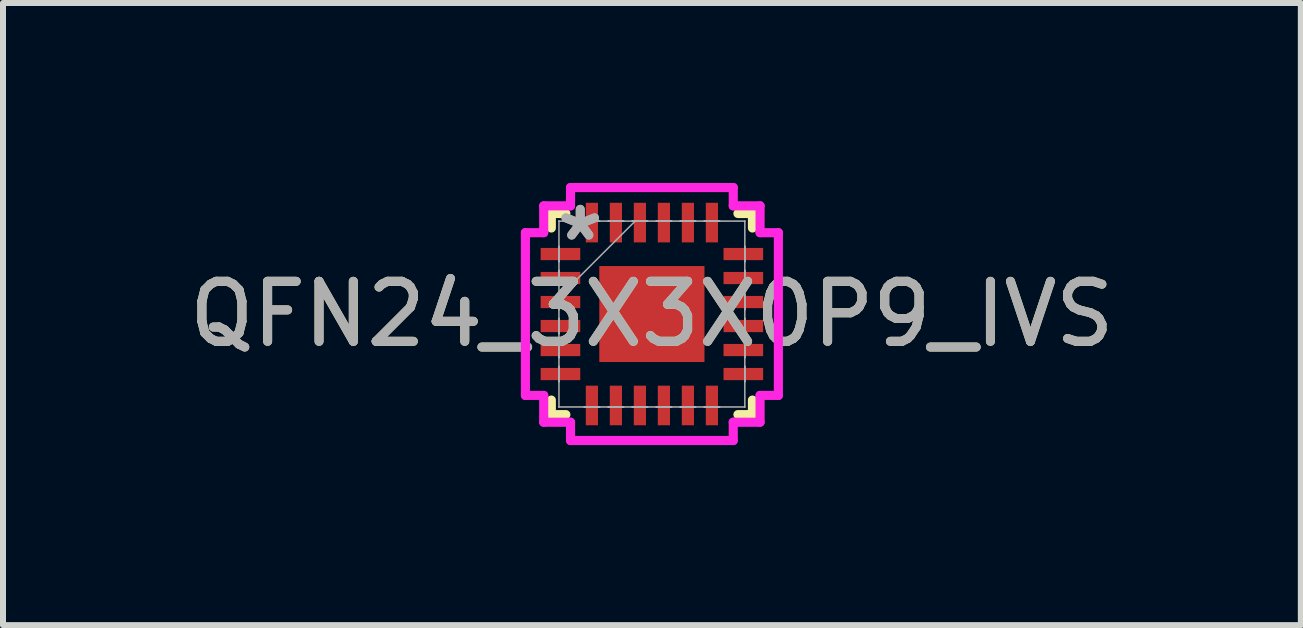
<source format=kicad_pcb>
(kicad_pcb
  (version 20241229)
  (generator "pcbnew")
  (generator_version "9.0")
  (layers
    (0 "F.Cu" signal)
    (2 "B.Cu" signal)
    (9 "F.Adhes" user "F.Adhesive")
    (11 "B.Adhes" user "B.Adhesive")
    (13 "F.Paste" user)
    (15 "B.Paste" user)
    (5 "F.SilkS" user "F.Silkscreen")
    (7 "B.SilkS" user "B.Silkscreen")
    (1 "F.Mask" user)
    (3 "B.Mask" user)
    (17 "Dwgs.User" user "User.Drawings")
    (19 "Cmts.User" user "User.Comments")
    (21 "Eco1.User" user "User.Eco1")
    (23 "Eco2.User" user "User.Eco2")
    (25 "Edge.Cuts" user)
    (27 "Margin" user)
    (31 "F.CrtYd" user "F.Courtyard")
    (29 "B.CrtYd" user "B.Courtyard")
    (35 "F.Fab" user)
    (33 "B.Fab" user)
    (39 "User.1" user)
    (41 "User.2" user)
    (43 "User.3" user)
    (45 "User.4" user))
  (footprint "QFN24_3X3X0P9_IVS"
    (layer "F.Cu")
    (at 7.815 2.184)
    (property "Reference" "QFN24_3X3X0P9_IVS" (at 0 0 0) (unlocked yes) (layer "F.SilkS") (effects (font (size 1 1) (thickness 0.15))))
    (attr smd)
    (fp_line (start -1.676 -1.676) (end -1.676 -1.434) (stroke (width 0.152) (type solid)) (layer "F.SilkS"))
    (fp_line (start -1.676 1.434) (end -1.676 1.676) (stroke (width 0.152) (type solid)) (layer "F.SilkS"))
    (fp_line (start -1.676 1.676) (end -1.434 1.676) (stroke (width 0.152) (type solid)) (layer "F.SilkS"))
    (fp_line (start -1.434 -1.676) (end -1.676 -1.676) (stroke (width 0.152) (type solid)) (layer "F.SilkS"))
    (fp_line (start 1.434 1.676) (end 1.676 1.676) (stroke (width 0.152) (type solid)) (layer "F.SilkS"))
    (fp_line (start 1.676 -1.676) (end 1.434 -1.676) (stroke (width 0.152) (type solid)) (layer "F.SilkS"))
    (fp_line (start 1.676 -1.434) (end 1.676 -1.676) (stroke (width 0.152) (type solid)) (layer "F.SilkS"))
    (fp_line (start 1.676 1.676) (end 1.676 1.434) (stroke (width 0.152) (type solid)) (layer "F.SilkS"))
    (fp_line (start -2.108 -1.356) (end -1.803 -1.356) (stroke (width 0.152) (type solid)) (layer "F.CrtYd"))
    (fp_line (start -2.108 1.356) (end -2.108 -1.356) (stroke (width 0.152) (type solid)) (layer "F.CrtYd"))
    (fp_line (start -1.803 -1.803) (end -1.356 -1.803) (stroke (width 0.152) (type solid)) (layer "F.CrtYd"))
    (fp_line (start -1.803 -1.356) (end -1.803 -1.803) (stroke (width 0.152) (type solid)) (layer "F.CrtYd"))
    (fp_line (start -1.803 1.356) (end -2.108 1.356) (stroke (width 0.152) (type solid)) (layer "F.CrtYd"))
    (fp_line (start -1.803 1.803) (end -1.803 1.356) (stroke (width 0.152) (type solid)) (layer "F.CrtYd"))
    (fp_line (start -1.356 -2.108) (end 1.356 -2.108) (stroke (width 0.152) (type solid)) (layer "F.CrtYd"))
    (fp_line (start -1.356 -1.803) (end -1.356 -2.108) (stroke (width 0.152) (type solid)) (layer "F.CrtYd"))
    (fp_line (start -1.356 1.803) (end -1.803 1.803) (stroke (width 0.152) (type solid)) (layer "F.CrtYd"))
    (fp_line (start -1.356 2.108) (end -1.356 1.803) (stroke (width 0.152) (type solid)) (layer "F.CrtYd"))
    (fp_line (start 1.356 -2.108) (end 1.356 -1.803) (stroke (width 0.152) (type solid)) (layer "F.CrtYd"))
    (fp_line (start 1.356 -1.803) (end 1.803 -1.803) (stroke (width 0.152) (type solid)) (layer "F.CrtYd"))
    (fp_line (start 1.356 1.803) (end 1.356 2.108) (stroke (width 0.152) (type solid)) (layer "F.CrtYd"))
    (fp_line (start 1.356 2.108) (end -1.356 2.108) (stroke (width 0.152) (type solid)) (layer "F.CrtYd"))
    (fp_line (start 1.803 -1.803) (end 1.803 -1.356) (stroke (width 0.152) (type solid)) (layer "F.CrtYd"))
    (fp_line (start 1.803 -1.356) (end 2.108 -1.356) (stroke (width 0.152) (type solid)) (layer "F.CrtYd"))
    (fp_line (start 1.803 1.356) (end 1.803 1.803) (stroke (width 0.152) (type solid)) (layer "F.CrtYd"))
    (fp_line (start 1.803 1.803) (end 1.356 1.803) (stroke (width 0.152) (type solid)) (layer "F.CrtYd"))
    (fp_line (start 2.108 -1.356) (end 2.108 1.356) (stroke (width 0.152) (type solid)) (layer "F.CrtYd"))
    (fp_line (start 2.108 1.356) (end 1.803 1.356) (stroke (width 0.152) (type solid)) (layer "F.CrtYd"))
    (fp_line (start -1.549 -1.549) (end -1.549 -1.549) (stroke (width 0.025) (type solid)) (layer "F.Fab"))
    (fp_line (start -1.549 -1.549) (end -1.549 1.549) (stroke (width 0.025) (type solid)) (layer "F.Fab"))
    (fp_line (start -1.549 -1.127) (end -1.549 -1.127) (stroke (width 0.025) (type solid)) (layer "F.Fab"))
    (fp_line (start -1.549 -1.127) (end -1.549 -0.873) (stroke (width 0.025) (type solid)) (layer "F.Fab"))
    (fp_line (start -1.549 -0.873) (end -1.549 -1.127) (stroke (width 0.025) (type solid)) (layer "F.Fab"))
    (fp_line (start -1.549 -0.873) (end -1.549 -0.873) (stroke (width 0.025) (type solid)) (layer "F.Fab"))
    (fp_line (start -1.549 -0.727) (end -1.549 -0.727) (stroke (width 0.025) (type solid)) (layer "F.Fab"))
    (fp_line (start -1.549 -0.727) (end -1.549 -0.473) (stroke (width 0.025) (type solid)) (layer "F.Fab"))
    (fp_line (start -1.549 -0.473) (end -1.549 -0.727) (stroke (width 0.025) (type solid)) (layer "F.Fab"))
    (fp_line (start -1.549 -0.473) (end -1.549 -0.473) (stroke (width 0.025) (type solid)) (layer "F.Fab"))
    (fp_line (start -1.549 -0.327) (end -1.549 -0.327) (stroke (width 0.025) (type solid)) (layer "F.Fab"))
    (fp_line (start -1.549 -0.327) (end -1.549 -0.073) (stroke (width 0.025) (type solid)) (layer "F.Fab"))
    (fp_line (start -1.549 -0.279) (end -0.279 -1.549) (stroke (width 0.025) (type solid)) (layer "F.Fab"))
    (fp_line (start -1.549 -0.073) (end -1.549 -0.327) (stroke (width 0.025) (type solid)) (layer "F.Fab"))
    (fp_line (start -1.549 -0.073) (end -1.549 -0.073) (stroke (width 0.025) (type solid)) (layer "F.Fab"))
    (fp_line (start -1.549 0.073) (end -1.549 0.073) (stroke (width 0.025) (type solid)) (layer "F.Fab"))
    (fp_line (start -1.549 0.073) (end -1.549 0.327) (stroke (width 0.025) (type solid)) (layer "F.Fab"))
    (fp_line (start -1.549 0.327) (end -1.549 0.073) (stroke (width 0.025) (type solid)) (layer "F.Fab"))
    (fp_line (start -1.549 0.327) (end -1.549 0.327) (stroke (width 0.025) (type solid)) (layer "F.Fab"))
    (fp_line (start -1.549 0.473) (end -1.549 0.473) (stroke (width 0.025) (type solid)) (layer "F.Fab"))
    (fp_line (start -1.549 0.473) (end -1.549 0.727) (stroke (width 0.025) (type solid)) (layer "F.Fab"))
    (fp_line (start -1.549 0.727) (end -1.549 0.473) (stroke (width 0.025) (type solid)) (layer "F.Fab"))
    (fp_line (start -1.549 0.727) (end -1.549 0.727) (stroke (width 0.025) (type solid)) (layer "F.Fab"))
    (fp_line (start -1.549 0.873) (end -1.549 0.873) (stroke (width 0.025) (type solid)) (layer "F.Fab"))
    (fp_line (start -1.549 0.873) (end -1.549 1.127) (stroke (width 0.025) (type solid)) (layer "F.Fab"))
    (fp_line (start -1.549 1.127) (end -1.549 0.873) (stroke (width 0.025) (type solid)) (layer "F.Fab"))
    (fp_line (start -1.549 1.127) (end -1.549 1.127) (stroke (width 0.025) (type solid)) (layer "F.Fab"))
    (fp_line (start -1.549 1.549) (end -1.549 1.549) (stroke (width 0.025) (type solid)) (layer "F.Fab"))
    (fp_line (start -1.549 1.549) (end 1.549 1.549) (stroke (width 0.025) (type solid)) (layer "F.Fab"))
    (fp_line (start -1.127 -1.549) (end -1.127 -1.549) (stroke (width 0.025) (type solid)) (layer "F.Fab"))
    (fp_line (start -1.127 -1.549) (end -0.873 -1.549) (stroke (width 0.025) (type solid)) (layer "F.Fab"))
    (fp_line (start -1.127 1.549) (end -1.127 1.549) (stroke (width 0.025) (type solid)) (layer "F.Fab"))
    (fp_line (start -1.127 1.549) (end -0.873 1.549) (stroke (width 0.025) (type solid)) (layer "F.Fab"))
    (fp_line (start -0.873 -1.549) (end -1.127 -1.549) (stroke (width 0.025) (type solid)) (layer "F.Fab"))
    (fp_line (start -0.873 -1.549) (end -0.873 -1.549) (stroke (width 0.025) (type solid)) (layer "F.Fab"))
    (fp_line (start -0.873 1.549) (end -1.127 1.549) (stroke (width 0.025) (type solid)) (layer "F.Fab"))
    (fp_line (start -0.873 1.549) (end -0.873 1.549) (stroke (width 0.025) (type solid)) (layer "F.Fab"))
    (fp_line (start -0.727 -1.549) (end -0.727 -1.549) (stroke (width 0.025) (type solid)) (layer "F.Fab"))
    (fp_line (start -0.727 -1.549) (end -0.473 -1.549) (stroke (width 0.025) (type solid)) (layer "F.Fab"))
    (fp_line (start -0.727 1.549) (end -0.727 1.549) (stroke (width 0.025) (type solid)) (layer "F.Fab"))
    (fp_line (start -0.727 1.549) (end -0.473 1.549) (stroke (width 0.025) (type solid)) (layer "F.Fab"))
    (fp_line (start -0.473 -1.549) (end -0.727 -1.549) (stroke (width 0.025) (type solid)) (layer "F.Fab"))
    (fp_line (start -0.473 -1.549) (end -0.473 -1.549) (stroke (width 0.025) (type solid)) (layer "F.Fab"))
    (fp_line (start -0.473 1.549) (end -0.727 1.549) (stroke (width 0.025) (type solid)) (layer "F.Fab"))
    (fp_line (start -0.473 1.549) (end -0.473 1.549) (stroke (width 0.025) (type solid)) (layer "F.Fab"))
    (fp_line (start -0.327 -1.549) (end -0.327 -1.549) (stroke (width 0.025) (type solid)) (layer "F.Fab"))
    (fp_line (start -0.327 -1.549) (end -0.073 -1.549) (stroke (width 0.025) (type solid)) (layer "F.Fab"))
    (fp_line (start -0.327 1.549) (end -0.327 1.549) (stroke (width 0.025) (type solid)) (layer "F.Fab"))
    (fp_line (start -0.327 1.549) (end -0.073 1.549) (stroke (width 0.025) (type solid)) (layer "F.Fab"))
    (fp_line (start -0.073 -1.549) (end -0.327 -1.549) (stroke (width 0.025) (type solid)) (layer "F.Fab"))
    (fp_line (start -0.073 -1.549) (end -0.073 -1.549) (stroke (width 0.025) (type solid)) (layer "F.Fab"))
    (fp_line (start -0.073 1.549) (end -0.327 1.549) (stroke (width 0.025) (type solid)) (layer "F.Fab"))
    (fp_line (start -0.073 1.549) (end -0.073 1.549) (stroke (width 0.025) (type solid)) (layer "F.Fab"))
    (fp_line (start 0.073 -1.549) (end 0.073 -1.549) (stroke (width 0.025) (type solid)) (layer "F.Fab"))
    (fp_line (start 0.073 -1.549) (end 0.327 -1.549) (stroke (width 0.025) (type solid)) (layer "F.Fab"))
    (fp_line (start 0.073 1.549) (end 0.073 1.549) (stroke (width 0.025) (type solid)) (layer "F.Fab"))
    (fp_line (start 0.073 1.549) (end 0.327 1.549) (stroke (width 0.025) (type solid)) (layer "F.Fab"))
    (fp_line (start 0.327 -1.549) (end 0.073 -1.549) (stroke (width 0.025) (type solid)) (layer "F.Fab"))
    (fp_line (start 0.327 -1.549) (end 0.327 -1.549) (stroke (width 0.025) (type solid)) (layer "F.Fab"))
    (fp_line (start 0.327 1.549) (end 0.073 1.549) (stroke (width 0.025) (type solid)) (layer "F.Fab"))
    (fp_line (start 0.327 1.549) (end 0.327 1.549) (stroke (width 0.025) (type solid)) (layer "F.Fab"))
    (fp_line (start 0.473 -1.549) (end 0.473 -1.549) (stroke (width 0.025) (type solid)) (layer "F.Fab"))
    (fp_line (start 0.473 -1.549) (end 0.727 -1.549) (stroke (width 0.025) (type solid)) (layer "F.Fab"))
    (fp_line (start 0.473 1.549) (end 0.473 1.549) (stroke (width 0.025) (type solid)) (layer "F.Fab"))
    (fp_line (start 0.473 1.549) (end 0.727 1.549) (stroke (width 0.025) (type solid)) (layer "F.Fab"))
    (fp_line (start 0.727 -1.549) (end 0.473 -1.549) (stroke (width 0.025) (type solid)) (layer "F.Fab"))
    (fp_line (start 0.727 -1.549) (end 0.727 -1.549) (stroke (width 0.025) (type solid)) (layer "F.Fab"))
    (fp_line (start 0.727 1.549) (end 0.473 1.549) (stroke (width 0.025) (type solid)) (layer "F.Fab"))
    (fp_line (start 0.727 1.549) (end 0.727 1.549) (stroke (width 0.025) (type solid)) (layer "F.Fab"))
    (fp_line (start 0.873 -1.549) (end 0.873 -1.549) (stroke (width 0.025) (type solid)) (layer "F.Fab"))
    (fp_line (start 0.873 -1.549) (end 1.127 -1.549) (stroke (width 0.025) (type solid)) (layer "F.Fab"))
    (fp_line (start 0.873 1.549) (end 0.873 1.549) (stroke (width 0.025) (type solid)) (layer "F.Fab"))
    (fp_line (start 0.873 1.549) (end 1.127 1.549) (stroke (width 0.025) (type solid)) (layer "F.Fab"))
    (fp_line (start 1.127 -1.549) (end 0.873 -1.549) (stroke (width 0.025) (type solid)) (layer "F.Fab"))
    (fp_line (start 1.127 -1.549) (end 1.127 -1.549) (stroke (width 0.025) (type solid)) (layer "F.Fab"))
    (fp_line (start 1.127 1.549) (end 0.873 1.549) (stroke (width 0.025) (type solid)) (layer "F.Fab"))
    (fp_line (start 1.127 1.549) (end 1.127 1.549) (stroke (width 0.025) (type solid)) (layer "F.Fab"))
    (fp_line (start 1.549 -1.549) (end -1.549 -1.549) (stroke (width 0.025) (type solid)) (layer "F.Fab"))
    (fp_line (start 1.549 -1.549) (end 1.549 -1.549) (stroke (width 0.025) (type solid)) (layer "F.Fab"))
    (fp_line (start 1.549 -1.127) (end 1.549 -1.127) (stroke (width 0.025) (type solid)) (layer "F.Fab"))
    (fp_line (start 1.549 -1.127) (end 1.549 -0.873) (stroke (width 0.025) (type solid)) (layer "F.Fab"))
    (fp_line (start 1.549 -0.873) (end 1.549 -1.127) (stroke (width 0.025) (type solid)) (layer "F.Fab"))
    (fp_line (start 1.549 -0.873) (end 1.549 -0.873) (stroke (width 0.025) (type solid)) (layer "F.Fab"))
    (fp_line (start 1.549 -0.727) (end 1.549 -0.727) (stroke (width 0.025) (type solid)) (layer "F.Fab"))
    (fp_line (start 1.549 -0.727) (end 1.549 -0.473) (stroke (width 0.025) (type solid)) (layer "F.Fab"))
    (fp_line (start 1.549 -0.473) (end 1.549 -0.727) (stroke (width 0.025) (type solid)) (layer "F.Fab"))
    (fp_line (start 1.549 -0.473) (end 1.549 -0.473) (stroke (width 0.025) (type solid)) (layer "F.Fab"))
    (fp_line (start 1.549 -0.327) (end 1.549 -0.327) (stroke (width 0.025) (type solid)) (layer "F.Fab"))
    (fp_line (start 1.549 -0.327) (end 1.549 -0.073) (stroke (width 0.025) (type solid)) (layer "F.Fab"))
    (fp_line (start 1.549 -0.073) (end 1.549 -0.327) (stroke (width 0.025) (type solid)) (layer "F.Fab"))
    (fp_line (start 1.549 -0.073) (end 1.549 -0.073) (stroke (width 0.025) (type solid)) (layer "F.Fab"))
    (fp_line (start 1.549 0.073) (end 1.549 0.073) (stroke (width 0.025) (type solid)) (layer "F.Fab"))
    (fp_line (start 1.549 0.073) (end 1.549 0.327) (stroke (width 0.025) (type solid)) (layer "F.Fab"))
    (fp_line (start 1.549 0.327) (end 1.549 0.073) (stroke (width 0.025) (type solid)) (layer "F.Fab"))
    (fp_line (start 1.549 0.327) (end 1.549 0.327) (stroke (width 0.025) (type solid)) (layer "F.Fab"))
    (fp_line (start 1.549 0.473) (end 1.549 0.473) (stroke (width 0.025) (type solid)) (layer "F.Fab"))
    (fp_line (start 1.549 0.473) (end 1.549 0.727) (stroke (width 0.025) (type solid)) (layer "F.Fab"))
    (fp_line (start 1.549 0.727) (end 1.549 0.473) (stroke (width 0.025) (type solid)) (layer "F.Fab"))
    (fp_line (start 1.549 0.727) (end 1.549 0.727) (stroke (width 0.025) (type solid)) (layer "F.Fab"))
    (fp_line (start 1.549 0.873) (end 1.549 0.873) (stroke (width 0.025) (type solid)) (layer "F.Fab"))
    (fp_line (start 1.549 0.873) (end 1.549 1.127) (stroke (width 0.025) (type solid)) (layer "F.Fab"))
    (fp_line (start 1.549 1.127) (end 1.549 0.873) (stroke (width 0.025) (type solid)) (layer "F.Fab"))
    (fp_line (start 1.549 1.127) (end 1.549 1.127) (stroke (width 0.025) (type solid)) (layer "F.Fab"))
    (fp_line (start 1.549 1.549) (end 1.549 -1.549) (stroke (width 0.025) (type solid)) (layer "F.Fab"))
    (fp_line (start 1.549 1.549) (end 1.549 1.549) (stroke (width 0.025) (type solid)) (layer "F.Fab"))
    (fp_text user "*" (at -1.194 -1.2 0) (unlocked yes) (layer "F.Fab") (effects (font (size 1 1) (thickness 0.15))))
    (fp_text user "${REFERENCE}" (at 0 0 0) (unlocked yes) (layer "F.Fab") (effects (font (size 1 1) (thickness 0.15))))
    (fp_text user "*" (at -1.194 -1.2 0) (layer "F.Fab") (effects (font (size 1 1) (thickness 0.15))))
    (pad "1" smd rect (at -1.524 -1 90) (size 0.203 0.66) (layers "F.Cu" "F.Mask" "F.Paste"))
    (pad "2" smd rect (at -1.524 -0.6 90) (size 0.203 0.66) (layers "F.Cu" "F.Mask" "F.Paste"))
    (pad "3" smd rect (at -1.524 -0.2 90) (size 0.203 0.66) (layers "F.Cu" "F.Mask" "F.Paste"))
    (pad "4" smd rect (at -1.524 0.2 90) (size 0.203 0.66) (layers "F.Cu" "F.Mask" "F.Paste"))
    (pad "5" smd rect (at -1.524 0.6 90) (size 0.203 0.66) (layers "F.Cu" "F.Mask" "F.Paste"))
    (pad "6" smd rect (at -1.524 1 90) (size 0.203 0.66) (layers "F.Cu" "F.Mask" "F.Paste"))
    (pad "7" smd rect (at -1 1.524) (size 0.203 0.66) (layers "F.Cu" "F.Mask" "F.Paste"))
    (pad "8" smd rect (at -0.6 1.524) (size 0.203 0.66) (layers "F.Cu" "F.Mask" "F.Paste"))
    (pad "9" smd rect (at -0.2 1.524) (size 0.203 0.66) (layers "F.Cu" "F.Mask" "F.Paste"))
    (pad "10" smd rect (at 0.2 1.524) (size 0.203 0.66) (layers "F.Cu" "F.Mask" "F.Paste"))
    (pad "11" smd rect (at 0.6 1.524) (size 0.203 0.66) (layers "F.Cu" "F.Mask" "F.Paste"))
    (pad "12" smd rect (at 1 1.524) (size 0.203 0.66) (layers "F.Cu" "F.Mask" "F.Paste"))
    (pad "13" smd rect (at 1.524 1 90) (size 0.203 0.66) (layers "F.Cu" "F.Mask" "F.Paste"))
    (pad "14" smd rect (at 1.524 0.6 90) (size 0.203 0.66) (layers "F.Cu" "F.Mask" "F.Paste"))
    (pad "15" smd rect (at 1.524 0.2 90) (size 0.203 0.66) (layers "F.Cu" "F.Mask" "F.Paste"))
    (pad "16" smd rect (at 1.524 -0.2 90) (size 0.203 0.66) (layers "F.Cu" "F.Mask" "F.Paste"))
    (pad "17" smd rect (at 1.524 -0.6 90) (size 0.203 0.66) (layers "F.Cu" "F.Mask" "F.Paste"))
    (pad "18" smd rect (at 1.524 -1 90) (size 0.203 0.66) (layers "F.Cu" "F.Mask" "F.Paste"))
    (pad "19" smd rect (at 1 -1.524) (size 0.203 0.66) (layers "F.Cu" "F.Mask" "F.Paste"))
    (pad "20" smd rect (at 0.6 -1.524) (size 0.203 0.66) (layers "F.Cu" "F.Mask" "F.Paste"))
    (pad "21" smd rect (at 0.2 -1.524) (size 0.203 0.66) (layers "F.Cu" "F.Mask" "F.Paste"))
    (pad "22" smd rect (at -0.2 -1.524) (size 0.203 0.66) (layers "F.Cu" "F.Mask" "F.Paste"))
    (pad "23" smd rect (at -0.6 -1.524) (size 0.203 0.66) (layers "F.Cu" "F.Mask" "F.Paste"))
    (pad "24" smd rect (at -1 -1.524) (size 0.203 0.66) (layers "F.Cu" "F.Mask" "F.Paste"))
    (pad "25" smd rect (at 0 0) (size 1.753 1.6) (layers "F.Cu" "F.Mask" "F.Paste")))
  (gr_rect
    (start -3 -3)
    (end 18.631 7.369)
    (stroke (width 0.1) (type default))
    (fill no)
    (layer "Edge.Cuts")))
</source>
